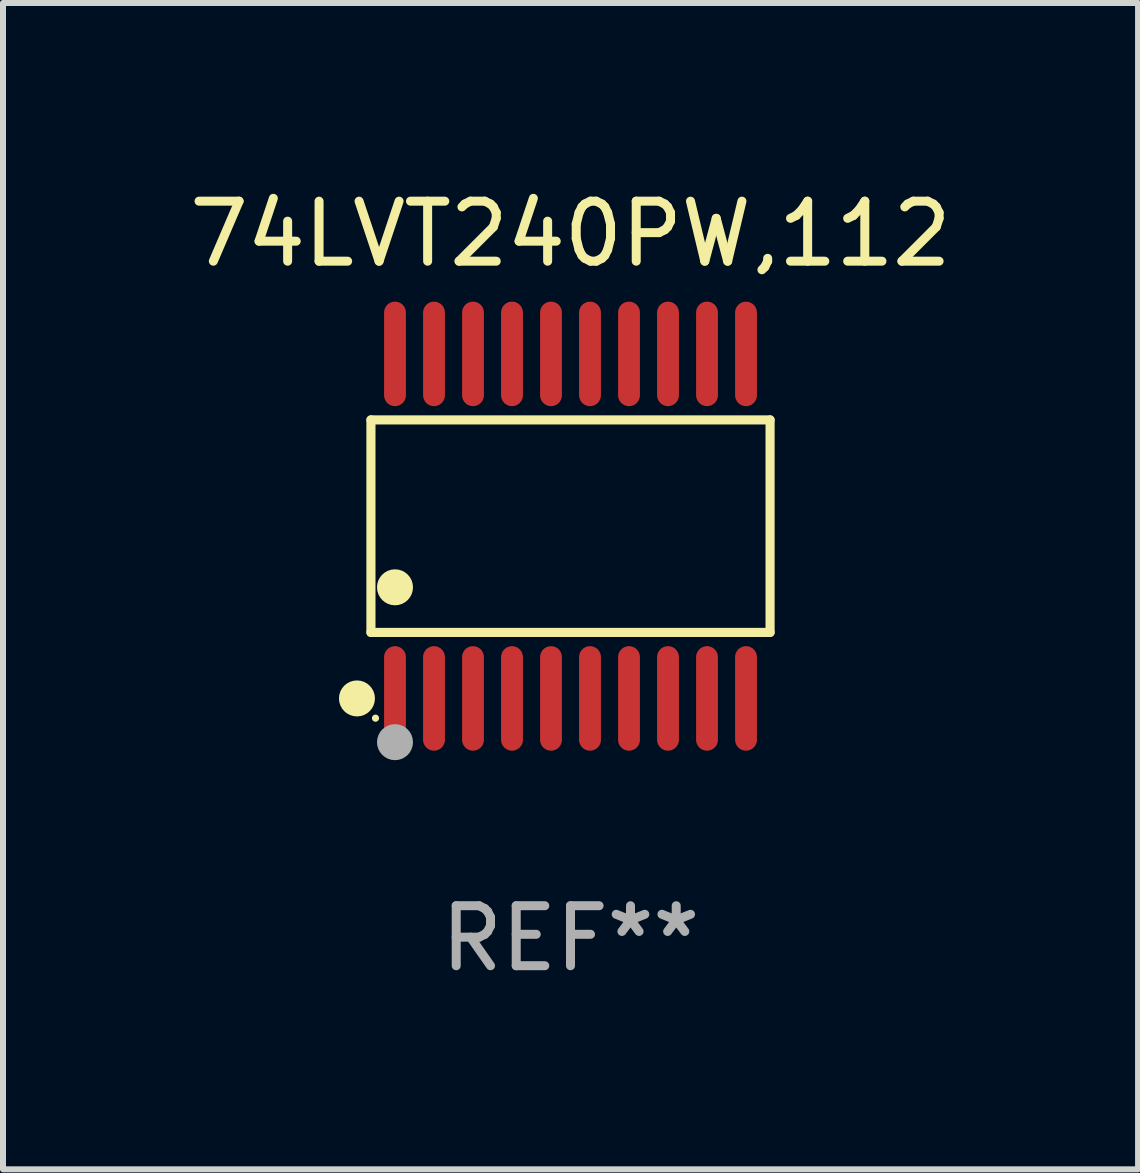
<source format=kicad_pcb>
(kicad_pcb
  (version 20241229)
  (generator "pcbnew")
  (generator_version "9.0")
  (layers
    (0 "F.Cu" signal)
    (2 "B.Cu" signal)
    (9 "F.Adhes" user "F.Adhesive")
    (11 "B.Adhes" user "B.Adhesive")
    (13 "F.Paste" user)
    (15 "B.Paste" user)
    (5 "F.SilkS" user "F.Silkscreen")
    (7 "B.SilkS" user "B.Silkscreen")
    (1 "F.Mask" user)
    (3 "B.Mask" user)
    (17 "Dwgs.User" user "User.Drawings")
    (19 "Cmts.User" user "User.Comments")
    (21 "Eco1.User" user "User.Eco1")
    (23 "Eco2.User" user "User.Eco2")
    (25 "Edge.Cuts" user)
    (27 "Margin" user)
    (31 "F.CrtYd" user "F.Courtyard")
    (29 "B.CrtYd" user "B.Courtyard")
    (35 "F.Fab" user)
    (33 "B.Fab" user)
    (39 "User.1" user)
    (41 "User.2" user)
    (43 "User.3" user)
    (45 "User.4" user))
  (footprint "74LVT240PW,112"
    (layer "F.Cu")
    (at 6.458 5.719)
    (property "Reference" "74LVT240PW,112" (at 0 -4.871 0) (layer "F.SilkS") (effects (font (size 1 1) (thickness 0.15))))
    (attr through_hole)
    (fp_line (start -3.326 -1.771) (end 3.326 -1.771) (stroke (width 0.152) (type solid)) (layer "F.SilkS"))
    (fp_line (start -3.326 1.771) (end -3.326 -1.771) (stroke (width 0.152) (type solid)) (layer "F.SilkS"))
    (fp_line (start 3.326 -1.771) (end 3.326 1.771) (stroke (width 0.152) (type solid)) (layer "F.SilkS"))
    (fp_line (start 3.326 1.771) (end -3.326 1.771) (stroke (width 0.152) (type solid)) (layer "F.SilkS"))
    (fp_circle (center -3.559 2.871) (end -3.409 2.871) (stroke (width 0.3) (type solid)) (fill no) (layer "F.SilkS"))
    (fp_circle (center -3.25 3.2) (end -3.22 3.2) (stroke (width 0.06) (type solid)) (fill no) (layer "F.SilkS"))
    (fp_circle (center -2.925 1.019) (end -2.775 1.019) (stroke (width 0.3) (type solid)) (fill no) (layer "F.SilkS"))
    (fp_circle (center -2.925 3.6) (end -2.775 3.6) (stroke (width 0.3) (type solid)) (fill no) (layer "F.Fab"))
    (fp_text user "REF**" (at 0 6.871 0) (layer "F.Fab") (effects (font (size 1 1) (thickness 0.15))))
    (pad "1" smd oval (at -2.925 2.871) (size 0.364 1.742) (layers "F.Cu" "F.Mask" "F.Paste"))
    (pad "2" smd oval (at -2.275 2.871) (size 0.364 1.742) (layers "F.Cu" "F.Mask" "F.Paste"))
    (pad "3" smd oval (at -1.625 2.871) (size 0.364 1.742) (layers "F.Cu" "F.Mask" "F.Paste"))
    (pad "4" smd oval (at -0.975 2.871) (size 0.364 1.742) (layers "F.Cu" "F.Mask" "F.Paste"))
    (pad "5" smd oval (at -0.325 2.871) (size 0.364 1.742) (layers "F.Cu" "F.Mask" "F.Paste"))
    (pad "6" smd oval (at 0.325 2.871) (size 0.364 1.742) (layers "F.Cu" "F.Mask" "F.Paste"))
    (pad "7" smd oval (at 0.975 2.871) (size 0.364 1.742) (layers "F.Cu" "F.Mask" "F.Paste"))
    (pad "8" smd oval (at 1.625 2.871) (size 0.364 1.742) (layers "F.Cu" "F.Mask" "F.Paste"))
    (pad "9" smd oval (at 2.275 2.871) (size 0.364 1.742) (layers "F.Cu" "F.Mask" "F.Paste"))
    (pad "10" smd oval (at 2.925 2.871) (size 0.364 1.742) (layers "F.Cu" "F.Mask" "F.Paste"))
    (pad "11" smd oval (at 2.925 -2.871) (size 0.364 1.742) (layers "F.Cu" "F.Mask" "F.Paste"))
    (pad "12" smd oval (at 2.275 -2.871) (size 0.364 1.742) (layers "F.Cu" "F.Mask" "F.Paste"))
    (pad "13" smd oval (at 1.625 -2.871) (size 0.364 1.742) (layers "F.Cu" "F.Mask" "F.Paste"))
    (pad "14" smd oval (at 0.975 -2.871) (size 0.364 1.742) (layers "F.Cu" "F.Mask" "F.Paste"))
    (pad "15" smd oval (at 0.325 -2.871) (size 0.364 1.742) (layers "F.Cu" "F.Mask" "F.Paste"))
    (pad "16" smd oval (at -0.325 -2.871) (size 0.364 1.742) (layers "F.Cu" "F.Mask" "F.Paste"))
    (pad "17" smd oval (at -0.975 -2.871) (size 0.364 1.742) (layers "F.Cu" "F.Mask" "F.Paste"))
    (pad "18" smd oval (at -1.625 -2.871) (size 0.364 1.742) (layers "F.Cu" "F.Mask" "F.Paste"))
    (pad "19" smd oval (at -2.275 -2.871) (size 0.364 1.742) (layers "F.Cu" "F.Mask" "F.Paste"))
    (pad "20" smd oval (at -2.925 -2.871) (size 0.364 1.742) (layers "F.Cu" "F.Mask" "F.Paste")))
  (gr_rect
    (start -3 -3)
    (end 15.917 16.438)
    (stroke (width 0.1) (type default))
    (fill no)
    (layer "Edge.Cuts")))
</source>
